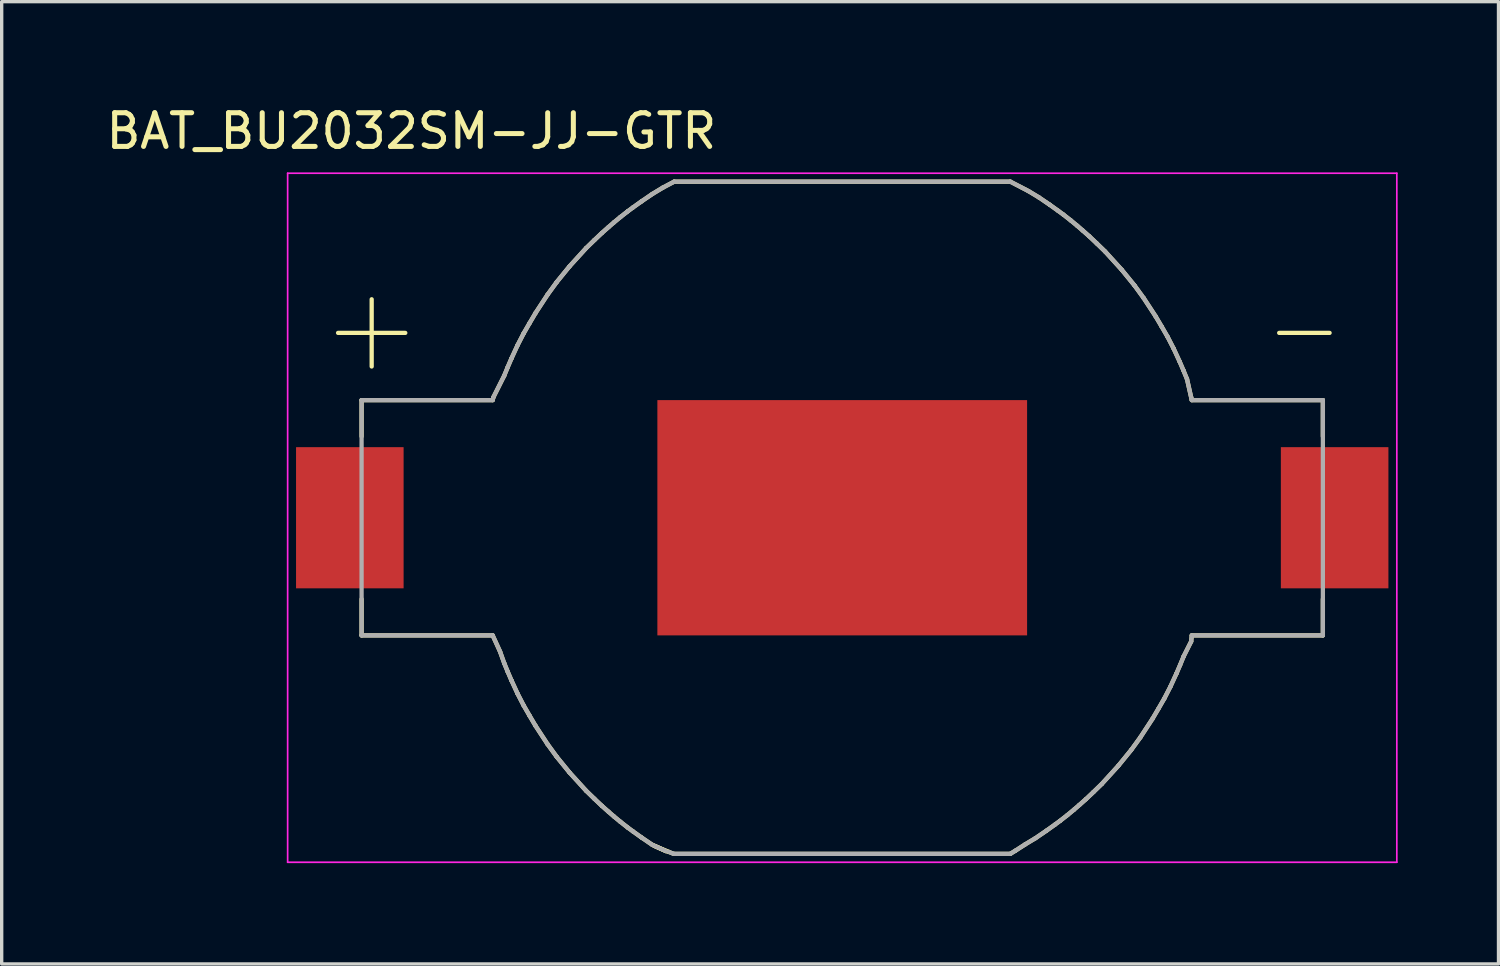
<source format=kicad_pcb>
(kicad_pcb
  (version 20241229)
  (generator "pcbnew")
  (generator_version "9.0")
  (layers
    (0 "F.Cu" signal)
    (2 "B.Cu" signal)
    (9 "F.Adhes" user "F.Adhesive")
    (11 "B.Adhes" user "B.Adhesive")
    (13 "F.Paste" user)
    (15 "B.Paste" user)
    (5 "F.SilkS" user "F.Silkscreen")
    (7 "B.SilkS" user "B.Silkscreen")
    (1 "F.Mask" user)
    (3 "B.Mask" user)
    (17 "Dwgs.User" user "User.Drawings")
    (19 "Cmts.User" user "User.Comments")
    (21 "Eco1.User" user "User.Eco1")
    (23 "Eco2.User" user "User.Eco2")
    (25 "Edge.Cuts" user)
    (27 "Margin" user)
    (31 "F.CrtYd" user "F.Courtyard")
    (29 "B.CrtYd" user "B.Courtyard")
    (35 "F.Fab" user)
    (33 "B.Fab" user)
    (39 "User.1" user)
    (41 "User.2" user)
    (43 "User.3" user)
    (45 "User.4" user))
  (footprint "BAT_BU2032SM-JJ-GTR"
    (layer "F.Cu")
    (at 22.008 12.354)
    (property "Reference" "BAT_BU2032SM-JJ-GTR" (at -12.819 -11.504 0) (layer "F.SilkS") (effects (font (size 1.002 1.002) (thickness 0.15))))
    (attr smd)
    (fp_poly (pts (xy -5.5 -3.5) (xy 5.5 -3.5) (xy 5.5 3.5) (xy -5.5 3.5)) (stroke (width 0.0001) (type solid)) (fill yes) (layer "F.Cu"))
    (fp_poly (pts (xy -5.6 -3.6) (xy 5.6 -3.6) (xy 5.6 3.6) (xy -5.6 3.6)) (stroke (width 0.0001) (type solid)) (fill yes) (layer "F.Mask"))
    (fp_line (start -15 -5.5) (end -13 -5.5) (stroke (width 0.127) (type solid)) (layer "F.SilkS"))
    (fp_line (start -14.3 -3.5) (end -10.4 -3.5) (stroke (width 0.127) (type solid)) (layer "F.SilkS"))
    (fp_line (start -14.3 -2.42) (end -14.3 -3.5) (stroke (width 0.127) (type solid)) (layer "F.SilkS"))
    (fp_line (start -14.3 2.42) (end -14.3 3.5) (stroke (width 0.127) (type solid)) (layer "F.SilkS"))
    (fp_line (start -14.3 3.5) (end -10.4 3.5) (stroke (width 0.127) (type solid)) (layer "F.SilkS"))
    (fp_line (start -14 -6.5) (end -14 -4.5) (stroke (width 0.127) (type solid)) (layer "F.SilkS"))
    (fp_line (start -10.4 -3.5) (end -10.381 -3.581) (stroke (width 0.127) (type solid)) (layer "F.SilkS"))
    (fp_line (start -10.4 3.5) (end -10.181 3.981) (stroke (width 0.127) (type solid)) (layer "F.SilkS"))
    (fp_line (start -10.381 -3.581) (end -10.058 -4.224) (stroke (width 0.127) (type solid)) (layer "F.SilkS"))
    (fp_line (start -10.181 3.981) (end -10.058 4.324) (stroke (width 0.127) (type solid)) (layer "F.SilkS"))
    (fp_line (start -10.058 -4.224) (end -9.95 -4.487) (stroke (width 0.127) (type solid)) (layer "F.SilkS"))
    (fp_line (start -10.058 4.324) (end -9.95 4.587) (stroke (width 0.127) (type solid)) (layer "F.SilkS"))
    (fp_line (start -9.95 -4.487) (end -9.842 -4.738) (stroke (width 0.127) (type solid)) (layer "F.SilkS"))
    (fp_line (start -9.95 4.587) (end -9.842 4.838) (stroke (width 0.127) (type solid)) (layer "F.SilkS"))
    (fp_line (start -9.842 -4.738) (end -9.658 -5.137) (stroke (width 0.127) (type solid)) (layer "F.SilkS"))
    (fp_line (start -9.842 4.838) (end -9.658 5.237) (stroke (width 0.127) (type solid)) (layer "F.SilkS"))
    (fp_line (start -9.658 -5.137) (end -9.48 -5.482) (stroke (width 0.127) (type solid)) (layer "F.SilkS"))
    (fp_line (start -9.658 5.237) (end -9.48 5.582) (stroke (width 0.127) (type solid)) (layer "F.SilkS"))
    (fp_line (start -9.48 -5.482) (end -9.3 -5.794) (stroke (width 0.127) (type solid)) (layer "F.SilkS"))
    (fp_line (start -9.48 5.582) (end -9.3 5.894) (stroke (width 0.127) (type solid)) (layer "F.SilkS"))
    (fp_line (start -9.3 -5.794) (end -9.124 -6.092) (stroke (width 0.127) (type solid)) (layer "F.SilkS"))
    (fp_line (start -9.3 5.894) (end -9.124 6.192) (stroke (width 0.127) (type solid)) (layer "F.SilkS"))
    (fp_line (start -9.124 -6.092) (end -8.768 -6.636) (stroke (width 0.127) (type solid)) (layer "F.SilkS"))
    (fp_line (start -9.124 6.192) (end -8.768 6.736) (stroke (width 0.127) (type solid)) (layer "F.SilkS"))
    (fp_line (start -8.768 -6.636) (end -8.497 -7.009) (stroke (width 0.127) (type solid)) (layer "F.SilkS"))
    (fp_line (start -8.768 6.736) (end -8.497 7.109) (stroke (width 0.127) (type solid)) (layer "F.SilkS"))
    (fp_line (start -8.497 -7.009) (end -8.116 -7.477) (stroke (width 0.127) (type solid)) (layer "F.SilkS"))
    (fp_line (start -8.497 7.109) (end -8.116 7.577) (stroke (width 0.127) (type solid)) (layer "F.SilkS"))
    (fp_line (start -8.116 -7.477) (end -7.622 -8.02) (stroke (width 0.127) (type solid)) (layer "F.SilkS"))
    (fp_line (start -8.116 7.577) (end -7.622 8.12) (stroke (width 0.127) (type solid)) (layer "F.SilkS"))
    (fp_line (start -7.622 -8.02) (end -7.374 -8.261) (stroke (width 0.127) (type solid)) (layer "F.SilkS"))
    (fp_line (start -7.622 8.12) (end -7.374 8.361) (stroke (width 0.127) (type solid)) (layer "F.SilkS"))
    (fp_line (start -7.374 -8.261) (end -7.15 -8.473) (stroke (width 0.127) (type solid)) (layer "F.SilkS"))
    (fp_line (start -7.374 8.361) (end -7.15 8.573) (stroke (width 0.127) (type solid)) (layer "F.SilkS"))
    (fp_line (start -7.15 -8.473) (end -6.954 -8.647) (stroke (width 0.127) (type solid)) (layer "F.SilkS"))
    (fp_line (start -7.15 8.573) (end -6.954 8.747) (stroke (width 0.127) (type solid)) (layer "F.SilkS"))
    (fp_line (start -6.954 -8.647) (end -6.793 -8.786) (stroke (width 0.127) (type solid)) (layer "F.SilkS"))
    (fp_line (start -6.954 8.747) (end -6.793 8.886) (stroke (width 0.127) (type solid)) (layer "F.SilkS"))
    (fp_line (start -6.793 -8.786) (end -6.6 -8.946) (stroke (width 0.127) (type solid)) (layer "F.SilkS"))
    (fp_line (start -6.793 8.886) (end -6.6 9.046) (stroke (width 0.127) (type solid)) (layer "F.SilkS"))
    (fp_line (start -6.6 -8.946) (end -6.379 -9.119) (stroke (width 0.127) (type solid)) (layer "F.SilkS"))
    (fp_line (start -6.6 9.046) (end -6.379 9.219) (stroke (width 0.127) (type solid)) (layer "F.SilkS"))
    (fp_line (start -6.379 -9.119) (end -6.228 -9.23) (stroke (width 0.127) (type solid)) (layer "F.SilkS"))
    (fp_line (start -6.379 9.219) (end -6.228 9.33) (stroke (width 0.127) (type solid)) (layer "F.SilkS"))
    (fp_line (start -6.228 -9.23) (end -5.975 -9.411) (stroke (width 0.127) (type solid)) (layer "F.SilkS"))
    (fp_line (start -6.228 9.33) (end -5.975 9.511) (stroke (width 0.127) (type solid)) (layer "F.SilkS"))
    (fp_line (start -5.975 -9.411) (end -5.649 -9.633) (stroke (width 0.127) (type solid)) (layer "F.SilkS"))
    (fp_line (start -5.975 9.511) (end -5.649 9.733) (stroke (width 0.127) (type solid)) (layer "F.SilkS"))
    (fp_line (start -5.649 -9.633) (end -5.341 -9.819) (stroke (width 0.127) (type solid)) (layer "F.SilkS"))
    (fp_line (start -5.649 9.733) (end -5.241 9.919) (stroke (width 0.127) (type solid)) (layer "F.SilkS"))
    (fp_line (start -5.597 9.758) (end -5.166 9.939) (stroke (width 0.127) (type solid)) (layer "F.SilkS"))
    (fp_line (start -5.341 -9.819) (end -5 -10) (stroke (width 0.127) (type solid)) (layer "F.SilkS"))
    (fp_line (start -5.241 9.919) (end -5.597 9.758) (stroke (width 0.127) (type solid)) (layer "F.SilkS"))
    (fp_line (start -5.166 9.939) (end -5.013 10) (stroke (width 0.127) (type solid)) (layer "F.SilkS"))
    (fp_line (start -5 -10) (end 5 -10) (stroke (width 0.127) (type solid)) (layer "F.SilkS"))
    (fp_line (start -5 10) (end 5 10) (stroke (width 0.127) (type solid)) (layer "F.SilkS"))
    (fp_line (start 5.15 9.908) (end 5.016 9.989) (stroke (width 0.127) (type solid)) (layer "F.SilkS"))
    (fp_line (start 5.441 9.719) (end 5.15 9.908) (stroke (width 0.127) (type solid)) (layer "F.SilkS"))
    (fp_line (start 5.541 -9.719) (end 5 -10) (stroke (width 0.127) (type solid)) (layer "F.SilkS"))
    (fp_line (start 5.749 9.533) (end 5.441 9.719) (stroke (width 0.127) (type solid)) (layer "F.SilkS"))
    (fp_line (start 5.849 -9.533) (end 5.541 -9.719) (stroke (width 0.127) (type solid)) (layer "F.SilkS"))
    (fp_line (start 6.075 9.311) (end 5.749 9.533) (stroke (width 0.127) (type solid)) (layer "F.SilkS"))
    (fp_line (start 6.175 -9.311) (end 5.849 -9.533) (stroke (width 0.127) (type solid)) (layer "F.SilkS"))
    (fp_line (start 6.328 9.13) (end 6.075 9.311) (stroke (width 0.127) (type solid)) (layer "F.SilkS"))
    (fp_line (start 6.428 -9.13) (end 6.175 -9.311) (stroke (width 0.127) (type solid)) (layer "F.SilkS"))
    (fp_line (start 6.479 9.019) (end 6.328 9.13) (stroke (width 0.127) (type solid)) (layer "F.SilkS"))
    (fp_line (start 6.579 -9.019) (end 6.428 -9.13) (stroke (width 0.127) (type solid)) (layer "F.SilkS"))
    (fp_line (start 6.7 8.846) (end 6.479 9.019) (stroke (width 0.127) (type solid)) (layer "F.SilkS"))
    (fp_line (start 6.8 -8.846) (end 6.579 -9.019) (stroke (width 0.127) (type solid)) (layer "F.SilkS"))
    (fp_line (start 6.893 8.686) (end 6.7 8.846) (stroke (width 0.127) (type solid)) (layer "F.SilkS"))
    (fp_line (start 6.993 -8.686) (end 6.8 -8.846) (stroke (width 0.127) (type solid)) (layer "F.SilkS"))
    (fp_line (start 7.054 8.547) (end 6.893 8.686) (stroke (width 0.127) (type solid)) (layer "F.SilkS"))
    (fp_line (start 7.154 -8.547) (end 6.993 -8.686) (stroke (width 0.127) (type solid)) (layer "F.SilkS"))
    (fp_line (start 7.25 8.373) (end 7.054 8.547) (stroke (width 0.127) (type solid)) (layer "F.SilkS"))
    (fp_line (start 7.35 -8.373) (end 7.154 -8.547) (stroke (width 0.127) (type solid)) (layer "F.SilkS"))
    (fp_line (start 7.474 8.161) (end 7.25 8.373) (stroke (width 0.127) (type solid)) (layer "F.SilkS"))
    (fp_line (start 7.574 -8.161) (end 7.35 -8.373) (stroke (width 0.127) (type solid)) (layer "F.SilkS"))
    (fp_line (start 7.722 7.92) (end 7.474 8.161) (stroke (width 0.127) (type solid)) (layer "F.SilkS"))
    (fp_line (start 7.822 -7.92) (end 7.574 -8.161) (stroke (width 0.127) (type solid)) (layer "F.SilkS"))
    (fp_line (start 8.216 7.377) (end 7.722 7.92) (stroke (width 0.127) (type solid)) (layer "F.SilkS"))
    (fp_line (start 8.316 -7.377) (end 7.822 -7.92) (stroke (width 0.127) (type solid)) (layer "F.SilkS"))
    (fp_line (start 8.597 6.909) (end 8.216 7.377) (stroke (width 0.127) (type solid)) (layer "F.SilkS"))
    (fp_line (start 8.697 -6.909) (end 8.316 -7.377) (stroke (width 0.127) (type solid)) (layer "F.SilkS"))
    (fp_line (start 8.868 6.536) (end 8.597 6.909) (stroke (width 0.127) (type solid)) (layer "F.SilkS"))
    (fp_line (start 8.968 -6.536) (end 8.697 -6.909) (stroke (width 0.127) (type solid)) (layer "F.SilkS"))
    (fp_line (start 9.224 5.992) (end 8.868 6.536) (stroke (width 0.127) (type solid)) (layer "F.SilkS"))
    (fp_line (start 9.324 -5.992) (end 8.968 -6.536) (stroke (width 0.127) (type solid)) (layer "F.SilkS"))
    (fp_line (start 9.4 5.694) (end 9.224 5.992) (stroke (width 0.127) (type solid)) (layer "F.SilkS"))
    (fp_line (start 9.5 -5.694) (end 9.324 -5.992) (stroke (width 0.127) (type solid)) (layer "F.SilkS"))
    (fp_line (start 9.58 5.382) (end 9.4 5.694) (stroke (width 0.127) (type solid)) (layer "F.SilkS"))
    (fp_line (start 9.68 -5.382) (end 9.5 -5.694) (stroke (width 0.127) (type solid)) (layer "F.SilkS"))
    (fp_line (start 9.758 5.037) (end 9.58 5.382) (stroke (width 0.127) (type solid)) (layer "F.SilkS"))
    (fp_line (start 9.858 -5.037) (end 9.68 -5.382) (stroke (width 0.127) (type solid)) (layer "F.SilkS"))
    (fp_line (start 9.942 4.638) (end 9.758 5.037) (stroke (width 0.127) (type solid)) (layer "F.SilkS"))
    (fp_line (start 10.042 -4.638) (end 9.858 -5.037) (stroke (width 0.127) (type solid)) (layer "F.SilkS"))
    (fp_line (start 10.05 4.387) (end 9.942 4.638) (stroke (width 0.127) (type solid)) (layer "F.SilkS"))
    (fp_line (start 10.15 -4.387) (end 10.042 -4.638) (stroke (width 0.127) (type solid)) (layer "F.SilkS"))
    (fp_line (start 10.158 4.124) (end 10.05 4.387) (stroke (width 0.127) (type solid)) (layer "F.SilkS"))
    (fp_line (start 10.258 -4.124) (end 10.15 -4.387) (stroke (width 0.127) (type solid)) (layer "F.SilkS"))
    (fp_line (start 10.381 -3.581) (end 10.258 -4.124) (stroke (width 0.127) (type solid)) (layer "F.SilkS"))
    (fp_line (start 10.381 3.681) (end 10.158 4.124) (stroke (width 0.127) (type solid)) (layer "F.SilkS"))
    (fp_line (start 10.4 -3.5) (end 10.381 -3.581) (stroke (width 0.127) (type solid)) (layer "F.SilkS"))
    (fp_line (start 10.4 3.5) (end 10.381 3.681) (stroke (width 0.127) (type solid)) (layer "F.SilkS"))
    (fp_line (start 13 -5.5) (end 14.5 -5.5) (stroke (width 0.127) (type solid)) (layer "F.SilkS"))
    (fp_line (start 14.3 -3.5) (end 10.4 -3.5) (stroke (width 0.127) (type solid)) (layer "F.SilkS"))
    (fp_line (start 14.3 -2.42) (end 14.3 -3.5) (stroke (width 0.127) (type solid)) (layer "F.SilkS"))
    (fp_line (start 14.3 2.42) (end 14.3 3.5) (stroke (width 0.127) (type solid)) (layer "F.SilkS"))
    (fp_line (start 14.3 3.5) (end 10.4 3.5) (stroke (width 0.127) (type solid)) (layer "F.SilkS"))
    (fp_line (start -16.5 -10.25) (end -16.5 10.25) (stroke (width 0.05) (type solid)) (layer "F.CrtYd"))
    (fp_line (start -16.5 10.25) (end 16.5 10.25) (stroke (width 0.05) (type solid)) (layer "F.CrtYd"))
    (fp_line (start 16.5 -10.25) (end -16.5 -10.25) (stroke (width 0.05) (type solid)) (layer "F.CrtYd"))
    (fp_line (start 16.5 10.25) (end 16.5 -10.25) (stroke (width 0.05) (type solid)) (layer "F.CrtYd"))
    (fp_line (start -14.3 -3.5) (end -10.4 -3.5) (stroke (width 0.127) (type solid)) (layer "F.Fab"))
    (fp_line (start -14.3 3.5) (end -14.3 -3.5) (stroke (width 0.127) (type solid)) (layer "F.Fab"))
    (fp_line (start -14.3 3.5) (end -10.4 3.5) (stroke (width 0.127) (type solid)) (layer "F.Fab"))
    (fp_line (start -10.4 -3.5) (end -10.381 -3.581) (stroke (width 0.127) (type solid)) (layer "F.Fab"))
    (fp_line (start -10.4 3.5) (end -10.181 3.981) (stroke (width 0.127) (type solid)) (layer "F.Fab"))
    (fp_line (start -10.381 -3.581) (end -10.058 -4.224) (stroke (width 0.127) (type solid)) (layer "F.Fab"))
    (fp_line (start -10.181 3.981) (end -10.058 4.324) (stroke (width 0.127) (type solid)) (layer "F.Fab"))
    (fp_line (start -10.058 -4.224) (end -9.95 -4.487) (stroke (width 0.127) (type solid)) (layer "F.Fab"))
    (fp_line (start -10.058 4.324) (end -9.95 4.587) (stroke (width 0.127) (type solid)) (layer "F.Fab"))
    (fp_line (start -9.95 -4.487) (end -9.842 -4.738) (stroke (width 0.127) (type solid)) (layer "F.Fab"))
    (fp_line (start -9.95 4.587) (end -9.842 4.838) (stroke (width 0.127) (type solid)) (layer "F.Fab"))
    (fp_line (start -9.842 -4.738) (end -9.658 -5.137) (stroke (width 0.127) (type solid)) (layer "F.Fab"))
    (fp_line (start -9.842 4.838) (end -9.658 5.237) (stroke (width 0.127) (type solid)) (layer "F.Fab"))
    (fp_line (start -9.658 -5.137) (end -9.48 -5.482) (stroke (width 0.127) (type solid)) (layer "F.Fab"))
    (fp_line (start -9.658 5.237) (end -9.48 5.582) (stroke (width 0.127) (type solid)) (layer "F.Fab"))
    (fp_line (start -9.48 -5.482) (end -9.3 -5.794) (stroke (width 0.127) (type solid)) (layer "F.Fab"))
    (fp_line (start -9.48 5.582) (end -9.3 5.894) (stroke (width 0.127) (type solid)) (layer "F.Fab"))
    (fp_line (start -9.3 -5.794) (end -9.124 -6.092) (stroke (width 0.127) (type solid)) (layer "F.Fab"))
    (fp_line (start -9.3 5.894) (end -9.124 6.192) (stroke (width 0.127) (type solid)) (layer "F.Fab"))
    (fp_line (start -9.124 -6.092) (end -8.768 -6.636) (stroke (width 0.127) (type solid)) (layer "F.Fab"))
    (fp_line (start -9.124 6.192) (end -8.768 6.736) (stroke (width 0.127) (type solid)) (layer "F.Fab"))
    (fp_line (start -8.768 -6.636) (end -8.497 -7.009) (stroke (width 0.127) (type solid)) (layer "F.Fab"))
    (fp_line (start -8.768 6.736) (end -8.497 7.109) (stroke (width 0.127) (type solid)) (layer "F.Fab"))
    (fp_line (start -8.497 -7.009) (end -8.116 -7.477) (stroke (width 0.127) (type solid)) (layer "F.Fab"))
    (fp_line (start -8.497 7.109) (end -8.116 7.577) (stroke (width 0.127) (type solid)) (layer "F.Fab"))
    (fp_line (start -8.116 -7.477) (end -7.622 -8.02) (stroke (width 0.127) (type solid)) (layer "F.Fab"))
    (fp_line (start -8.116 7.577) (end -7.622 8.12) (stroke (width 0.127) (type solid)) (layer "F.Fab"))
    (fp_line (start -7.622 -8.02) (end -7.374 -8.261) (stroke (width 0.127) (type solid)) (layer "F.Fab"))
    (fp_line (start -7.622 8.12) (end -7.374 8.361) (stroke (width 0.127) (type solid)) (layer "F.Fab"))
    (fp_line (start -7.374 -8.261) (end -7.15 -8.473) (stroke (width 0.127) (type solid)) (layer "F.Fab"))
    (fp_line (start -7.374 8.361) (end -7.15 8.573) (stroke (width 0.127) (type solid)) (layer "F.Fab"))
    (fp_line (start -7.15 -8.473) (end -6.954 -8.647) (stroke (width 0.127) (type solid)) (layer "F.Fab"))
    (fp_line (start -7.15 8.573) (end -6.954 8.747) (stroke (width 0.127) (type solid)) (layer "F.Fab"))
    (fp_line (start -6.954 -8.647) (end -6.793 -8.786) (stroke (width 0.127) (type solid)) (layer "F.Fab"))
    (fp_line (start -6.954 8.747) (end -6.793 8.886) (stroke (width 0.127) (type solid)) (layer "F.Fab"))
    (fp_line (start -6.793 -8.786) (end -6.6 -8.946) (stroke (width 0.127) (type solid)) (layer "F.Fab"))
    (fp_line (start -6.793 8.886) (end -6.6 9.046) (stroke (width 0.127) (type solid)) (layer "F.Fab"))
    (fp_line (start -6.6 -8.946) (end -6.379 -9.119) (stroke (width 0.127) (type solid)) (layer "F.Fab"))
    (fp_line (start -6.6 9.046) (end -6.379 9.219) (stroke (width 0.127) (type solid)) (layer "F.Fab"))
    (fp_line (start -6.379 -9.119) (end -6.228 -9.23) (stroke (width 0.127) (type solid)) (layer "F.Fab"))
    (fp_line (start -6.379 9.219) (end -6.228 9.33) (stroke (width 0.127) (type solid)) (layer "F.Fab"))
    (fp_line (start -6.228 -9.23) (end -5.975 -9.411) (stroke (width 0.127) (type solid)) (layer "F.Fab"))
    (fp_line (start -6.228 9.33) (end -5.975 9.511) (stroke (width 0.127) (type solid)) (layer "F.Fab"))
    (fp_line (start -5.975 -9.411) (end -5.649 -9.633) (stroke (width 0.127) (type solid)) (layer "F.Fab"))
    (fp_line (start -5.975 9.511) (end -5.649 9.733) (stroke (width 0.127) (type solid)) (layer "F.Fab"))
    (fp_line (start -5.649 -9.633) (end -5.341 -9.819) (stroke (width 0.127) (type solid)) (layer "F.Fab"))
    (fp_line (start -5.649 9.733) (end -5.241 9.919) (stroke (width 0.127) (type solid)) (layer "F.Fab"))
    (fp_line (start -5.341 -9.819) (end -5 -10) (stroke (width 0.127) (type solid)) (layer "F.Fab"))
    (fp_line (start -5.166 9.939) (end -5.013 10) (stroke (width 0.127) (type solid)) (layer "F.Fab"))
    (fp_line (start -5 -10) (end 5 -10) (stroke (width 0.127) (type solid)) (layer "F.Fab"))
    (fp_line (start -5 10) (end 5 10) (stroke (width 0.127) (type solid)) (layer "F.Fab"))
    (fp_line (start 5.147 9.908) (end 5.016 9.989) (stroke (width 0.127) (type solid)) (layer "F.Fab"))
    (fp_line (start 5.441 9.719) (end 5.147 9.908) (stroke (width 0.127) (type solid)) (layer "F.Fab"))
    (fp_line (start 5.541 -9.719) (end 5 -10) (stroke (width 0.127) (type solid)) (layer "F.Fab"))
    (fp_line (start 5.749 9.533) (end 5.441 9.719) (stroke (width 0.127) (type solid)) (layer "F.Fab"))
    (fp_line (start 5.849 -9.533) (end 5.541 -9.719) (stroke (width 0.127) (type solid)) (layer "F.Fab"))
    (fp_line (start 6.075 9.311) (end 5.749 9.533) (stroke (width 0.127) (type solid)) (layer "F.Fab"))
    (fp_line (start 6.175 -9.311) (end 5.849 -9.533) (stroke (width 0.127) (type solid)) (layer "F.Fab"))
    (fp_line (start 6.328 9.13) (end 6.075 9.311) (stroke (width 0.127) (type solid)) (layer "F.Fab"))
    (fp_line (start 6.428 -9.13) (end 6.175 -9.311) (stroke (width 0.127) (type solid)) (layer "F.Fab"))
    (fp_line (start 6.479 9.019) (end 6.328 9.13) (stroke (width 0.127) (type solid)) (layer "F.Fab"))
    (fp_line (start 6.579 -9.019) (end 6.428 -9.13) (stroke (width 0.127) (type solid)) (layer "F.Fab"))
    (fp_line (start 6.7 8.846) (end 6.479 9.019) (stroke (width 0.127) (type solid)) (layer "F.Fab"))
    (fp_line (start 6.8 -8.846) (end 6.579 -9.019) (stroke (width 0.127) (type solid)) (layer "F.Fab"))
    (fp_line (start 6.893 8.686) (end 6.7 8.846) (stroke (width 0.127) (type solid)) (layer "F.Fab"))
    (fp_line (start 6.993 -8.686) (end 6.8 -8.846) (stroke (width 0.127) (type solid)) (layer "F.Fab"))
    (fp_line (start 7.054 8.547) (end 6.893 8.686) (stroke (width 0.127) (type solid)) (layer "F.Fab"))
    (fp_line (start 7.154 -8.547) (end 6.993 -8.686) (stroke (width 0.127) (type solid)) (layer "F.Fab"))
    (fp_line (start 7.25 8.373) (end 7.054 8.547) (stroke (width 0.127) (type solid)) (layer "F.Fab"))
    (fp_line (start 7.35 -8.373) (end 7.154 -8.547) (stroke (width 0.127) (type solid)) (layer "F.Fab"))
    (fp_line (start 7.474 8.161) (end 7.25 8.373) (stroke (width 0.127) (type solid)) (layer "F.Fab"))
    (fp_line (start 7.574 -8.161) (end 7.35 -8.373) (stroke (width 0.127) (type solid)) (layer "F.Fab"))
    (fp_line (start 7.722 7.92) (end 7.474 8.161) (stroke (width 0.127) (type solid)) (layer "F.Fab"))
    (fp_line (start 7.822 -7.92) (end 7.574 -8.161) (stroke (width 0.127) (type solid)) (layer "F.Fab"))
    (fp_line (start 8.216 7.377) (end 7.722 7.92) (stroke (width 0.127) (type solid)) (layer "F.Fab"))
    (fp_line (start 8.316 -7.377) (end 7.822 -7.92) (stroke (width 0.127) (type solid)) (layer "F.Fab"))
    (fp_line (start 8.597 6.909) (end 8.216 7.377) (stroke (width 0.127) (type solid)) (layer "F.Fab"))
    (fp_line (start 8.697 -6.909) (end 8.316 -7.377) (stroke (width 0.127) (type solid)) (layer "F.Fab"))
    (fp_line (start 8.868 6.536) (end 8.597 6.909) (stroke (width 0.127) (type solid)) (layer "F.Fab"))
    (fp_line (start 8.968 -6.536) (end 8.697 -6.909) (stroke (width 0.127) (type solid)) (layer "F.Fab"))
    (fp_line (start 9.224 5.992) (end 8.868 6.536) (stroke (width 0.127) (type solid)) (layer "F.Fab"))
    (fp_line (start 9.324 -5.992) (end 8.968 -6.536) (stroke (width 0.127) (type solid)) (layer "F.Fab"))
    (fp_line (start 9.4 5.694) (end 9.224 5.992) (stroke (width 0.127) (type solid)) (layer "F.Fab"))
    (fp_line (start 9.5 -5.694) (end 9.324 -5.992) (stroke (width 0.127) (type solid)) (layer "F.Fab"))
    (fp_line (start 9.58 5.382) (end 9.4 5.694) (stroke (width 0.127) (type solid)) (layer "F.Fab"))
    (fp_line (start 9.68 -5.382) (end 9.5 -5.694) (stroke (width 0.127) (type solid)) (layer "F.Fab"))
    (fp_line (start 9.758 5.037) (end 9.58 5.382) (stroke (width 0.127) (type solid)) (layer "F.Fab"))
    (fp_line (start 9.858 -5.037) (end 9.68 -5.382) (stroke (width 0.127) (type solid)) (layer "F.Fab"))
    (fp_line (start 9.942 4.638) (end 9.758 5.037) (stroke (width 0.127) (type solid)) (layer "F.Fab"))
    (fp_line (start 10.042 -4.638) (end 9.858 -5.037) (stroke (width 0.127) (type solid)) (layer "F.Fab"))
    (fp_line (start 10.05 4.387) (end 9.942 4.638) (stroke (width 0.127) (type solid)) (layer "F.Fab"))
    (fp_line (start 10.15 -4.387) (end 10.042 -4.638) (stroke (width 0.127) (type solid)) (layer "F.Fab"))
    (fp_line (start 10.158 4.124) (end 10.05 4.387) (stroke (width 0.127) (type solid)) (layer "F.Fab"))
    (fp_line (start 10.258 -4.124) (end 10.15 -4.387) (stroke (width 0.127) (type solid)) (layer "F.Fab"))
    (fp_line (start 10.381 -3.581) (end 10.258 -4.124) (stroke (width 0.127) (type solid)) (layer "F.Fab"))
    (fp_line (start 10.381 3.681) (end 10.158 4.124) (stroke (width 0.127) (type solid)) (layer "F.Fab"))
    (fp_line (start 10.4 -3.5) (end 10.381 -3.581) (stroke (width 0.127) (type solid)) (layer "F.Fab"))
    (fp_line (start 10.4 3.5) (end 10.381 3.681) (stroke (width 0.127) (type solid)) (layer "F.Fab"))
    (fp_line (start 14.3 -3.5) (end 10.4 -3.5) (stroke (width 0.127) (type solid)) (layer "F.Fab"))
    (fp_line (start 14.3 3.5) (end 10.4 3.5) (stroke (width 0.127) (type solid)) (layer "F.Fab"))
    (fp_line (start 14.3 3.5) (end 14.3 -3.5) (stroke (width 0.127) (type solid)) (layer "F.Fab"))
    (pad "+" smd rect (at -14.65 0) (size 3.2 4.2) (layers "F.Cu" "F.Mask" "F.Paste"))
    (pad "-" smd rect (at 14.65 0) (size 3.2 4.2) (layers "F.Cu" "F.Mask" "F.Paste")))
  (gr_rect
    (start -3 -3)
    (end 41.533 25.629)
    (stroke (width 0.1) (type default))
    (fill no)
    (layer "Edge.Cuts")))
</source>
